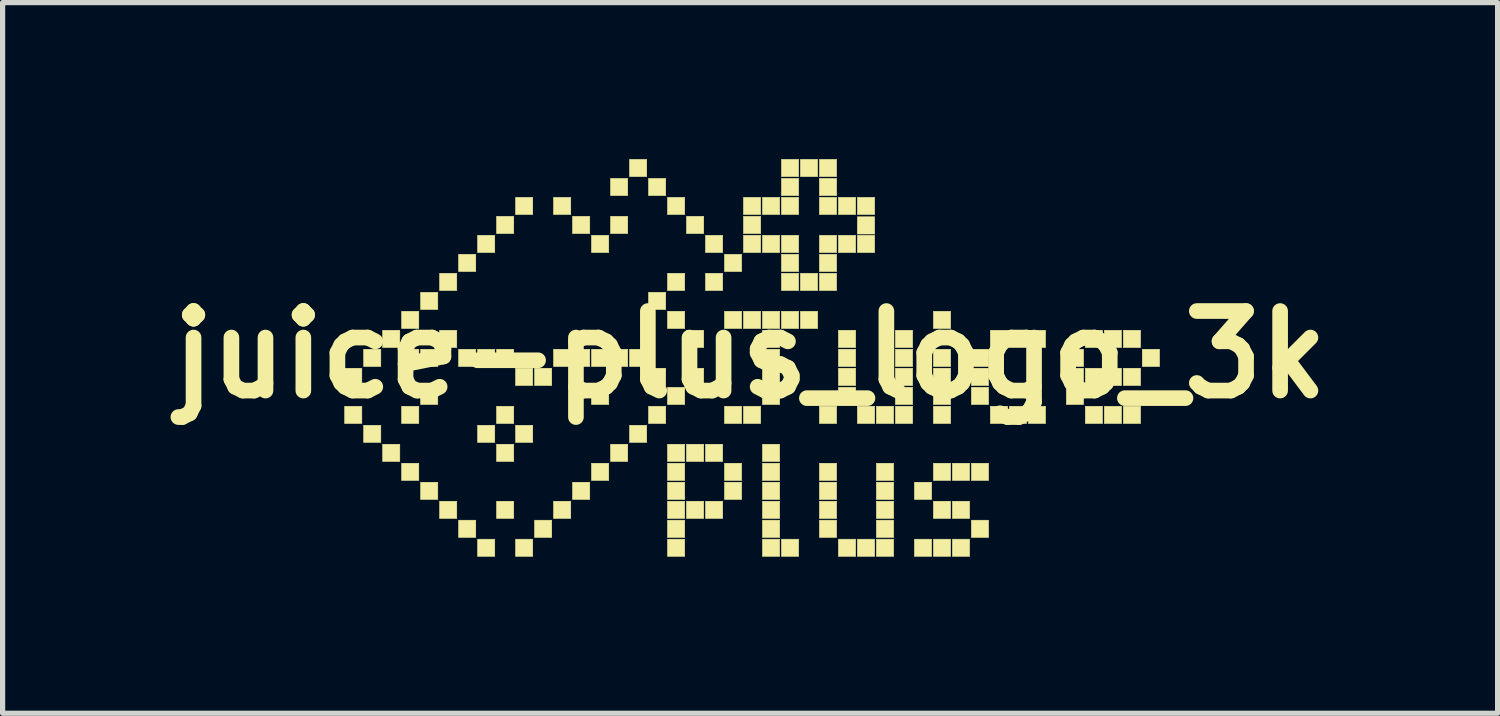
<source format=kicad_pcb>
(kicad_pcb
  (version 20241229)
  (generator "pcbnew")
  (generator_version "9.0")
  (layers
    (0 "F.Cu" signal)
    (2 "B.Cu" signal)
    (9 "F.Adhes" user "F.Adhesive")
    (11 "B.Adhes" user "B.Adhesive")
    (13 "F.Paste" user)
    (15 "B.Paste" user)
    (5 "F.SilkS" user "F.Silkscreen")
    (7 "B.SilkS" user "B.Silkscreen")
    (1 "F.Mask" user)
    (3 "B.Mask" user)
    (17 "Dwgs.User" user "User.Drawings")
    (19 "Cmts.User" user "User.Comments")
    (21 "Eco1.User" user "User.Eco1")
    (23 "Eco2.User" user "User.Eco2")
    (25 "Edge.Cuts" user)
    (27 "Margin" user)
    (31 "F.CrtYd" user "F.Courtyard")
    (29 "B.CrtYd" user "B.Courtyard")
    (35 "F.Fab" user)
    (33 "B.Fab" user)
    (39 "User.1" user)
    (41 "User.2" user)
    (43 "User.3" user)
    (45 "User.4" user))
  (footprint "juice-plus_logo_3k"
    (layer "F.Cu")
    (at 11.328 3.747)
    (property "Reference" "juice-plus_logo_3k" (at 0 0 0) (layer "F.SilkS") (effects (font (size 1.524 1.524) (thickness 0.3))))
    (attr through_hole)
    (fp_poly (pts (xy -7.442 0.593) (xy -7.772 0.593) (xy -7.772 0.262) (xy -7.442 0.262) (xy -7.442 0.593)) (stroke (width 0.01) (type solid)) (fill yes) (layer "F.SilkS"))
    (fp_poly (pts (xy -7.442 1.321) (xy -7.772 1.321) (xy -7.772 0.991) (xy -7.442 0.991) (xy -7.442 1.321)) (stroke (width 0.01) (type solid)) (fill yes) (layer "F.SilkS"))
    (fp_poly (pts (xy -7.078 0.229) (xy -7.408 0.229) (xy -7.408 -0.102) (xy -7.078 -0.102) (xy -7.078 0.229)) (stroke (width 0.01) (type solid)) (fill yes) (layer "F.SilkS"))
    (fp_poly (pts (xy -7.078 1.685) (xy -7.408 1.685) (xy -7.408 1.355) (xy -7.078 1.355) (xy -7.078 1.685)) (stroke (width 0.01) (type solid)) (fill yes) (layer "F.SilkS"))
    (fp_poly (pts (xy -6.714 -0.135) (xy -7.044 -0.135) (xy -7.044 -0.466) (xy -6.714 -0.466) (xy -6.714 -0.135)) (stroke (width 0.01) (type solid)) (fill yes) (layer "F.SilkS"))
    (fp_poly (pts (xy -6.714 2.049) (xy -7.044 2.049) (xy -7.044 1.719) (xy -6.714 1.719) (xy -6.714 2.049)) (stroke (width 0.01) (type solid)) (fill yes) (layer "F.SilkS"))
    (fp_poly (pts (xy -6.35 -0.5) (xy -6.68 -0.5) (xy -6.68 -0.83) (xy -6.35 -0.83) (xy -6.35 -0.5)) (stroke (width 0.01) (type solid)) (fill yes) (layer "F.SilkS"))
    (fp_poly (pts (xy -6.35 0.229) (xy -6.68 0.229) (xy -6.68 -0.102) (xy -6.35 -0.102) (xy -6.35 0.229)) (stroke (width 0.01) (type solid)) (fill yes) (layer "F.SilkS"))
    (fp_poly (pts (xy -6.35 1.321) (xy -6.68 1.321) (xy -6.68 0.991) (xy -6.35 0.991) (xy -6.35 1.321)) (stroke (width 0.01) (type solid)) (fill yes) (layer "F.SilkS"))
    (fp_poly (pts (xy -6.35 2.413) (xy -6.68 2.413) (xy -6.68 2.083) (xy -6.35 2.083) (xy -6.35 2.413)) (stroke (width 0.01) (type solid)) (fill yes) (layer "F.SilkS"))
    (fp_poly (pts (xy -5.986 -0.864) (xy -6.316 -0.864) (xy -6.316 -1.194) (xy -5.986 -1.194) (xy -5.986 -0.864)) (stroke (width 0.01) (type solid)) (fill yes) (layer "F.SilkS"))
    (fp_poly (pts (xy -5.986 0.229) (xy -6.316 0.229) (xy -6.316 -0.102) (xy -5.986 -0.102) (xy -5.986 0.229)) (stroke (width 0.01) (type solid)) (fill yes) (layer "F.SilkS"))
    (fp_poly (pts (xy -5.986 0.957) (xy -6.316 0.957) (xy -6.316 0.627) (xy -5.986 0.627) (xy -5.986 0.957)) (stroke (width 0.01) (type solid)) (fill yes) (layer "F.SilkS"))
    (fp_poly (pts (xy -5.986 2.777) (xy -6.316 2.777) (xy -6.316 2.447) (xy -5.986 2.447) (xy -5.986 2.777)) (stroke (width 0.01) (type solid)) (fill yes) (layer "F.SilkS"))
    (fp_poly (pts (xy -5.622 -1.228) (xy -5.952 -1.228) (xy -5.952 -1.558) (xy -5.622 -1.558) (xy -5.622 -1.228)) (stroke (width 0.01) (type solid)) (fill yes) (layer "F.SilkS"))
    (fp_poly (pts (xy -5.622 -0.135) (xy -5.952 -0.135) (xy -5.952 -0.466) (xy -5.622 -0.466) (xy -5.622 -0.135)) (stroke (width 0.01) (type solid)) (fill yes) (layer "F.SilkS"))
    (fp_poly (pts (xy -5.622 3.141) (xy -5.952 3.141) (xy -5.952 2.811) (xy -5.622 2.811) (xy -5.622 3.141)) (stroke (width 0.01) (type solid)) (fill yes) (layer "F.SilkS"))
    (fp_poly (pts (xy -5.258 -1.592) (xy -5.588 -1.592) (xy -5.588 -1.922) (xy -5.258 -1.922) (xy -5.258 -1.592)) (stroke (width 0.01) (type solid)) (fill yes) (layer "F.SilkS"))
    (fp_poly (pts (xy -5.258 0.229) (xy -5.588 0.229) (xy -5.588 -0.102) (xy -5.258 -0.102) (xy -5.258 0.229)) (stroke (width 0.01) (type solid)) (fill yes) (layer "F.SilkS"))
    (fp_poly (pts (xy -5.258 3.505) (xy -5.588 3.505) (xy -5.588 3.175) (xy -5.258 3.175) (xy -5.258 3.505)) (stroke (width 0.01) (type solid)) (fill yes) (layer "F.SilkS"))
    (fp_poly (pts (xy -4.894 -1.956) (xy -5.224 -1.956) (xy -5.224 -2.286) (xy -4.894 -2.286) (xy -4.894 -1.956)) (stroke (width 0.01) (type solid)) (fill yes) (layer "F.SilkS"))
    (fp_poly (pts (xy -4.894 0.229) (xy -5.224 0.229) (xy -5.224 -0.102) (xy -4.894 -0.102) (xy -4.894 0.229)) (stroke (width 0.01) (type solid)) (fill yes) (layer "F.SilkS"))
    (fp_poly (pts (xy -4.894 1.685) (xy -5.224 1.685) (xy -5.224 1.355) (xy -4.894 1.355) (xy -4.894 1.685)) (stroke (width 0.01) (type solid)) (fill yes) (layer "F.SilkS"))
    (fp_poly (pts (xy -4.894 3.869) (xy -5.224 3.869) (xy -5.224 3.539) (xy -4.894 3.539) (xy -4.894 3.869)) (stroke (width 0.01) (type solid)) (fill yes) (layer "F.SilkS"))
    (fp_poly (pts (xy -4.53 -2.32) (xy -4.86 -2.32) (xy -4.86 -2.65) (xy -4.53 -2.65) (xy -4.53 -2.32)) (stroke (width 0.01) (type solid)) (fill yes) (layer "F.SilkS"))
    (fp_poly (pts (xy -4.53 0.229) (xy -4.86 0.229) (xy -4.86 -0.102) (xy -4.53 -0.102) (xy -4.53 0.229)) (stroke (width 0.01) (type solid)) (fill yes) (layer "F.SilkS"))
    (fp_poly (pts (xy -4.53 1.321) (xy -4.86 1.321) (xy -4.86 0.991) (xy -4.53 0.991) (xy -4.53 1.321)) (stroke (width 0.01) (type solid)) (fill yes) (layer "F.SilkS"))
    (fp_poly (pts (xy -4.53 2.049) (xy -4.86 2.049) (xy -4.86 1.719) (xy -4.53 1.719) (xy -4.53 2.049)) (stroke (width 0.01) (type solid)) (fill yes) (layer "F.SilkS"))
    (fp_poly (pts (xy -4.53 3.141) (xy -4.86 3.141) (xy -4.86 2.811) (xy -4.53 2.811) (xy -4.53 3.141)) (stroke (width 0.01) (type solid)) (fill yes) (layer "F.SilkS"))
    (fp_poly (pts (xy -4.166 -2.684) (xy -4.496 -2.684) (xy -4.496 -3.014) (xy -4.166 -3.014) (xy -4.166 -2.684)) (stroke (width 0.01) (type solid)) (fill yes) (layer "F.SilkS"))
    (fp_poly (pts (xy -4.166 0.593) (xy -4.496 0.593) (xy -4.496 0.262) (xy -4.166 0.262) (xy -4.166 0.593)) (stroke (width 0.01) (type solid)) (fill yes) (layer "F.SilkS"))
    (fp_poly (pts (xy -4.166 1.685) (xy -4.496 1.685) (xy -4.496 1.355) (xy -4.166 1.355) (xy -4.166 1.685)) (stroke (width 0.01) (type solid)) (fill yes) (layer "F.SilkS"))
    (fp_poly (pts (xy -4.166 3.869) (xy -4.496 3.869) (xy -4.496 3.539) (xy -4.166 3.539) (xy -4.166 3.869)) (stroke (width 0.01) (type solid)) (fill yes) (layer "F.SilkS"))
    (fp_poly (pts (xy -3.802 0.593) (xy -4.132 0.593) (xy -4.132 0.262) (xy -3.802 0.262) (xy -3.802 0.593)) (stroke (width 0.01) (type solid)) (fill yes) (layer "F.SilkS"))
    (fp_poly (pts (xy -3.802 3.505) (xy -4.132 3.505) (xy -4.132 3.175) (xy -3.802 3.175) (xy -3.802 3.505)) (stroke (width 0.01) (type solid)) (fill yes) (layer "F.SilkS"))
    (fp_poly (pts (xy -3.437 -2.684) (xy -3.768 -2.684) (xy -3.768 -3.014) (xy -3.437 -3.014) (xy -3.437 -2.684)) (stroke (width 0.01) (type solid)) (fill yes) (layer "F.SilkS"))
    (fp_poly (pts (xy -3.437 0.229) (xy -3.768 0.229) (xy -3.768 -0.102) (xy -3.437 -0.102) (xy -3.437 0.229)) (stroke (width 0.01) (type solid)) (fill yes) (layer "F.SilkS"))
    (fp_poly (pts (xy -3.437 3.141) (xy -3.768 3.141) (xy -3.768 2.811) (xy -3.437 2.811) (xy -3.437 3.141)) (stroke (width 0.01) (type solid)) (fill yes) (layer "F.SilkS"))
    (fp_poly (pts (xy -3.073 -2.32) (xy -3.404 -2.32) (xy -3.404 -2.65) (xy -3.073 -2.65) (xy -3.073 -2.32)) (stroke (width 0.01) (type solid)) (fill yes) (layer "F.SilkS"))
    (fp_poly (pts (xy -3.073 0.229) (xy -3.404 0.229) (xy -3.404 -0.102) (xy -3.073 -0.102) (xy -3.073 0.229)) (stroke (width 0.01) (type solid)) (fill yes) (layer "F.SilkS"))
    (fp_poly (pts (xy -3.073 2.777) (xy -3.404 2.777) (xy -3.404 2.447) (xy -3.073 2.447) (xy -3.073 2.777)) (stroke (width 0.01) (type solid)) (fill yes) (layer "F.SilkS"))
    (fp_poly (pts (xy -2.709 -1.956) (xy -3.04 -1.956) (xy -3.04 -2.286) (xy -2.709 -2.286) (xy -2.709 -1.956)) (stroke (width 0.01) (type solid)) (fill yes) (layer "F.SilkS"))
    (fp_poly (pts (xy -2.709 0.229) (xy -3.04 0.229) (xy -3.04 -0.102) (xy -2.709 -0.102) (xy -2.709 0.229)) (stroke (width 0.01) (type solid)) (fill yes) (layer "F.SilkS"))
    (fp_poly (pts (xy -2.709 0.957) (xy -3.04 0.957) (xy -3.04 0.627) (xy -2.709 0.627) (xy -2.709 0.957)) (stroke (width 0.01) (type solid)) (fill yes) (layer "F.SilkS"))
    (fp_poly (pts (xy -2.709 2.413) (xy -3.04 2.413) (xy -3.04 2.083) (xy -2.709 2.083) (xy -2.709 2.413)) (stroke (width 0.01) (type solid)) (fill yes) (layer "F.SilkS"))
    (fp_poly (pts (xy -2.345 -3.048) (xy -2.675 -3.048) (xy -2.675 -3.378) (xy -2.345 -3.378) (xy -2.345 -3.048)) (stroke (width 0.01) (type solid)) (fill yes) (layer "F.SilkS"))
    (fp_poly (pts (xy -2.345 -2.32) (xy -2.675 -2.32) (xy -2.675 -2.65) (xy -2.345 -2.65) (xy -2.345 -2.32)) (stroke (width 0.01) (type solid)) (fill yes) (layer "F.SilkS"))
    (fp_poly (pts (xy -2.345 0.229) (xy -2.675 0.229) (xy -2.675 -0.102) (xy -2.345 -0.102) (xy -2.345 0.229)) (stroke (width 0.01) (type solid)) (fill yes) (layer "F.SilkS"))
    (fp_poly (pts (xy -2.345 2.049) (xy -2.675 2.049) (xy -2.675 1.719) (xy -2.345 1.719) (xy -2.345 2.049)) (stroke (width 0.01) (type solid)) (fill yes) (layer "F.SilkS"))
    (fp_poly (pts (xy -1.981 -3.412) (xy -2.311 -3.412) (xy -2.311 -3.742) (xy -1.981 -3.742) (xy -1.981 -3.412)) (stroke (width 0.01) (type solid)) (fill yes) (layer "F.SilkS"))
    (fp_poly (pts (xy -1.981 0.229) (xy -2.311 0.229) (xy -2.311 -0.102) (xy -1.981 -0.102) (xy -1.981 0.229)) (stroke (width 0.01) (type solid)) (fill yes) (layer "F.SilkS"))
    (fp_poly (pts (xy -1.981 1.685) (xy -2.311 1.685) (xy -2.311 1.355) (xy -1.981 1.355) (xy -1.981 1.685)) (stroke (width 0.01) (type solid)) (fill yes) (layer "F.SilkS"))
    (fp_poly (pts (xy -1.617 -3.048) (xy -1.947 -3.048) (xy -1.947 -3.378) (xy -1.617 -3.378) (xy -1.617 -3.048)) (stroke (width 0.01) (type solid)) (fill yes) (layer "F.SilkS"))
    (fp_poly (pts (xy -1.617 -0.864) (xy -1.947 -0.864) (xy -1.947 -1.194) (xy -1.617 -1.194) (xy -1.617 -0.864)) (stroke (width 0.01) (type solid)) (fill yes) (layer "F.SilkS"))
    (fp_poly (pts (xy -1.617 0.593) (xy -1.947 0.593) (xy -1.947 0.262) (xy -1.617 0.262) (xy -1.617 0.593)) (stroke (width 0.01) (type solid)) (fill yes) (layer "F.SilkS"))
    (fp_poly (pts (xy -1.617 1.321) (xy -1.947 1.321) (xy -1.947 0.991) (xy -1.617 0.991) (xy -1.617 1.321)) (stroke (width 0.01) (type solid)) (fill yes) (layer "F.SilkS"))
    (fp_poly (pts (xy -1.253 -2.684) (xy -1.583 -2.684) (xy -1.583 -3.014) (xy -1.253 -3.014) (xy -1.253 -2.684)) (stroke (width 0.01) (type solid)) (fill yes) (layer "F.SilkS"))
    (fp_poly (pts (xy -1.253 -1.228) (xy -1.583 -1.228) (xy -1.583 -1.558) (xy -1.253 -1.558) (xy -1.253 -1.228)) (stroke (width 0.01) (type solid)) (fill yes) (layer "F.SilkS"))
    (fp_poly (pts (xy -1.253 -0.5) (xy -1.583 -0.5) (xy -1.583 -0.83) (xy -1.253 -0.83) (xy -1.253 -0.5)) (stroke (width 0.01) (type solid)) (fill yes) (layer "F.SilkS"))
    (fp_poly (pts (xy -1.253 0.957) (xy -1.583 0.957) (xy -1.583 0.627) (xy -1.253 0.627) (xy -1.253 0.957)) (stroke (width 0.01) (type solid)) (fill yes) (layer "F.SilkS"))
    (fp_poly (pts (xy -1.253 2.049) (xy -1.583 2.049) (xy -1.583 1.719) (xy -1.253 1.719) (xy -1.253 2.049)) (stroke (width 0.01) (type solid)) (fill yes) (layer "F.SilkS"))
    (fp_poly (pts (xy -1.253 2.413) (xy -1.583 2.413) (xy -1.583 2.083) (xy -1.253 2.083) (xy -1.253 2.413)) (stroke (width 0.01) (type solid)) (fill yes) (layer "F.SilkS"))
    (fp_poly (pts (xy -1.253 2.777) (xy -1.583 2.777) (xy -1.583 2.447) (xy -1.253 2.447) (xy -1.253 2.777)) (stroke (width 0.01) (type solid)) (fill yes) (layer "F.SilkS"))
    (fp_poly (pts (xy -1.253 3.141) (xy -1.583 3.141) (xy -1.583 2.811) (xy -1.253 2.811) (xy -1.253 3.141)) (stroke (width 0.01) (type solid)) (fill yes) (layer "F.SilkS"))
    (fp_poly (pts (xy -1.253 3.505) (xy -1.583 3.505) (xy -1.583 3.175) (xy -1.253 3.175) (xy -1.253 3.505)) (stroke (width 0.01) (type solid)) (fill yes) (layer "F.SilkS"))
    (fp_poly (pts (xy -1.253 3.869) (xy -1.583 3.869) (xy -1.583 3.539) (xy -1.253 3.539) (xy -1.253 3.869)) (stroke (width 0.01) (type solid)) (fill yes) (layer "F.SilkS"))
    (fp_poly (pts (xy -0.889 -2.32) (xy -1.219 -2.32) (xy -1.219 -2.65) (xy -0.889 -2.65) (xy -0.889 -2.32)) (stroke (width 0.01) (type solid)) (fill yes) (layer "F.SilkS"))
    (fp_poly (pts (xy -0.889 -0.135) (xy -1.219 -0.135) (xy -1.219 -0.466) (xy -0.889 -0.466) (xy -0.889 -0.135)) (stroke (width 0.01) (type solid)) (fill yes) (layer "F.SilkS"))
    (fp_poly (pts (xy -0.889 0.593) (xy -1.219 0.593) (xy -1.219 0.262) (xy -0.889 0.262) (xy -0.889 0.593)) (stroke (width 0.01) (type solid)) (fill yes) (layer "F.SilkS"))
    (fp_poly (pts (xy -0.889 2.049) (xy -1.219 2.049) (xy -1.219 1.719) (xy -0.889 1.719) (xy -0.889 2.049)) (stroke (width 0.01) (type solid)) (fill yes) (layer "F.SilkS"))
    (fp_poly (pts (xy -0.889 3.141) (xy -1.219 3.141) (xy -1.219 2.811) (xy -0.889 2.811) (xy -0.889 3.141)) (stroke (width 0.01) (type solid)) (fill yes) (layer "F.SilkS"))
    (fp_poly (pts (xy -0.525 -1.956) (xy -0.855 -1.956) (xy -0.855 -2.286) (xy -0.525 -2.286) (xy -0.525 -1.956)) (stroke (width 0.01) (type solid)) (fill yes) (layer "F.SilkS"))
    (fp_poly (pts (xy -0.525 -1.228) (xy -0.855 -1.228) (xy -0.855 -1.558) (xy -0.525 -1.558) (xy -0.525 -1.228)) (stroke (width 0.01) (type solid)) (fill yes) (layer "F.SilkS"))
    (fp_poly (pts (xy -0.525 2.049) (xy -0.855 2.049) (xy -0.855 1.719) (xy -0.525 1.719) (xy -0.525 2.049)) (stroke (width 0.01) (type solid)) (fill yes) (layer "F.SilkS"))
    (fp_poly (pts (xy -0.525 3.141) (xy -0.855 3.141) (xy -0.855 2.811) (xy -0.525 2.811) (xy -0.525 3.141)) (stroke (width 0.01) (type solid)) (fill yes) (layer "F.SilkS"))
    (fp_poly (pts (xy -0.161 -1.592) (xy -0.491 -1.592) (xy -0.491 -1.922) (xy -0.161 -1.922) (xy -0.161 -1.592)) (stroke (width 0.01) (type solid)) (fill yes) (layer "F.SilkS"))
    (fp_poly (pts (xy -0.161 -0.5) (xy -0.491 -0.5) (xy -0.491 -0.83) (xy -0.161 -0.83) (xy -0.161 -0.5)) (stroke (width 0.01) (type solid)) (fill yes) (layer "F.SilkS"))
    (fp_poly (pts (xy -0.161 1.321) (xy -0.491 1.321) (xy -0.491 0.991) (xy -0.161 0.991) (xy -0.161 1.321)) (stroke (width 0.01) (type solid)) (fill yes) (layer "F.SilkS"))
    (fp_poly (pts (xy -0.161 2.413) (xy -0.491 2.413) (xy -0.491 2.083) (xy -0.161 2.083) (xy -0.161 2.413)) (stroke (width 0.01) (type solid)) (fill yes) (layer "F.SilkS"))
    (fp_poly (pts (xy -0.161 2.777) (xy -0.491 2.777) (xy -0.491 2.447) (xy -0.161 2.447) (xy -0.161 2.777)) (stroke (width 0.01) (type solid)) (fill yes) (layer "F.SilkS"))
    (fp_poly (pts (xy 0.203 -2.684) (xy -0.127 -2.684) (xy -0.127 -3.014) (xy 0.203 -3.014) (xy 0.203 -2.684)) (stroke (width 0.01) (type solid)) (fill yes) (layer "F.SilkS"))
    (fp_poly (pts (xy 0.203 -2.32) (xy -0.127 -2.32) (xy -0.127 -2.65) (xy 0.203 -2.65) (xy 0.203 -2.32)) (stroke (width 0.01) (type solid)) (fill yes) (layer "F.SilkS"))
    (fp_poly (pts (xy 0.203 -1.956) (xy -0.127 -1.956) (xy -0.127 -2.286) (xy 0.203 -2.286) (xy 0.203 -1.956)) (stroke (width 0.01) (type solid)) (fill yes) (layer "F.SilkS"))
    (fp_poly (pts (xy 0.203 -0.5) (xy -0.127 -0.5) (xy -0.127 -0.83) (xy 0.203 -0.83) (xy 0.203 -0.5)) (stroke (width 0.01) (type solid)) (fill yes) (layer "F.SilkS"))
    (fp_poly (pts (xy 0.203 1.321) (xy -0.127 1.321) (xy -0.127 0.991) (xy 0.203 0.991) (xy 0.203 1.321)) (stroke (width 0.01) (type solid)) (fill yes) (layer "F.SilkS"))
    (fp_poly (pts (xy 0.567 -2.684) (xy 0.237 -2.684) (xy 0.237 -3.014) (xy 0.567 -3.014) (xy 0.567 -2.684)) (stroke (width 0.01) (type solid)) (fill yes) (layer "F.SilkS"))
    (fp_poly (pts (xy 0.567 -1.956) (xy 0.237 -1.956) (xy 0.237 -2.286) (xy 0.567 -2.286) (xy 0.567 -1.956)) (stroke (width 0.01) (type solid)) (fill yes) (layer "F.SilkS"))
    (fp_poly (pts (xy 0.567 -0.5) (xy 0.237 -0.5) (xy 0.237 -0.83) (xy 0.567 -0.83) (xy 0.567 -0.5)) (stroke (width 0.01) (type solid)) (fill yes) (layer "F.SilkS"))
    (fp_poly (pts (xy 0.567 -0.135) (xy 0.237 -0.135) (xy 0.237 -0.466) (xy 0.567 -0.466) (xy 0.567 -0.135)) (stroke (width 0.01) (type solid)) (fill yes) (layer "F.SilkS"))
    (fp_poly (pts (xy 0.567 0.229) (xy 0.237 0.229) (xy 0.237 -0.102) (xy 0.567 -0.102) (xy 0.567 0.229)) (stroke (width 0.01) (type solid)) (fill yes) (layer "F.SilkS"))
    (fp_poly (pts (xy 0.567 0.593) (xy 0.237 0.593) (xy 0.237 0.262) (xy 0.567 0.262) (xy 0.567 0.593)) (stroke (width 0.01) (type solid)) (fill yes) (layer "F.SilkS"))
    (fp_poly (pts (xy 0.567 0.957) (xy 0.237 0.957) (xy 0.237 0.627) (xy 0.567 0.627) (xy 0.567 0.957)) (stroke (width 0.01) (type solid)) (fill yes) (layer "F.SilkS"))
    (fp_poly (pts (xy 0.567 2.049) (xy 0.237 2.049) (xy 0.237 1.719) (xy 0.567 1.719) (xy 0.567 2.049)) (stroke (width 0.01) (type solid)) (fill yes) (layer "F.SilkS"))
    (fp_poly (pts (xy 0.567 2.413) (xy 0.237 2.413) (xy 0.237 2.083) (xy 0.567 2.083) (xy 0.567 2.413)) (stroke (width 0.01) (type solid)) (fill yes) (layer "F.SilkS"))
    (fp_poly (pts (xy 0.567 2.777) (xy 0.237 2.777) (xy 0.237 2.447) (xy 0.567 2.447) (xy 0.567 2.777)) (stroke (width 0.01) (type solid)) (fill yes) (layer "F.SilkS"))
    (fp_poly (pts (xy 0.567 3.141) (xy 0.237 3.141) (xy 0.237 2.811) (xy 0.567 2.811) (xy 0.567 3.141)) (stroke (width 0.01) (type solid)) (fill yes) (layer "F.SilkS"))
    (fp_poly (pts (xy 0.567 3.505) (xy 0.237 3.505) (xy 0.237 3.175) (xy 0.567 3.175) (xy 0.567 3.505)) (stroke (width 0.01) (type solid)) (fill yes) (layer "F.SilkS"))
    (fp_poly (pts (xy 0.567 3.869) (xy 0.237 3.869) (xy 0.237 3.539) (xy 0.567 3.539) (xy 0.567 3.869)) (stroke (width 0.01) (type solid)) (fill yes) (layer "F.SilkS"))
    (fp_poly (pts (xy 0.931 -3.412) (xy 0.601 -3.412) (xy 0.601 -3.742) (xy 0.931 -3.742) (xy 0.931 -3.412)) (stroke (width 0.01) (type solid)) (fill yes) (layer "F.SilkS"))
    (fp_poly (pts (xy 0.931 -3.048) (xy 0.601 -3.048) (xy 0.601 -3.378) (xy 0.931 -3.378) (xy 0.931 -3.048)) (stroke (width 0.01) (type solid)) (fill yes) (layer "F.SilkS"))
    (fp_poly (pts (xy 0.931 -2.684) (xy 0.601 -2.684) (xy 0.601 -3.014) (xy 0.931 -3.014) (xy 0.931 -2.684)) (stroke (width 0.01) (type solid)) (fill yes) (layer "F.SilkS"))
    (fp_poly (pts (xy 0.931 -1.956) (xy 0.601 -1.956) (xy 0.601 -2.286) (xy 0.931 -2.286) (xy 0.931 -1.956)) (stroke (width 0.01) (type solid)) (fill yes) (layer "F.SilkS"))
    (fp_poly (pts (xy 0.931 -1.592) (xy 0.601 -1.592) (xy 0.601 -1.922) (xy 0.931 -1.922) (xy 0.931 -1.592)) (stroke (width 0.01) (type solid)) (fill yes) (layer "F.SilkS"))
    (fp_poly (pts (xy 0.931 -1.228) (xy 0.601 -1.228) (xy 0.601 -1.558) (xy 0.931 -1.558) (xy 0.931 -1.228)) (stroke (width 0.01) (type solid)) (fill yes) (layer "F.SilkS"))
    (fp_poly (pts (xy 0.931 -0.5) (xy 0.601 -0.5) (xy 0.601 -0.83) (xy 0.931 -0.83) (xy 0.931 -0.5)) (stroke (width 0.01) (type solid)) (fill yes) (layer "F.SilkS"))
    (fp_poly (pts (xy 0.931 3.869) (xy 0.601 3.869) (xy 0.601 3.539) (xy 0.931 3.539) (xy 0.931 3.869)) (stroke (width 0.01) (type solid)) (fill yes) (layer "F.SilkS"))
    (fp_poly (pts (xy 1.295 -3.412) (xy 0.965 -3.412) (xy 0.965 -3.742) (xy 1.295 -3.742) (xy 1.295 -3.412)) (stroke (width 0.01) (type solid)) (fill yes) (layer "F.SilkS"))
    (fp_poly (pts (xy 1.295 -1.228) (xy 0.965 -1.228) (xy 0.965 -1.558) (xy 1.295 -1.558) (xy 1.295 -1.228)) (stroke (width 0.01) (type solid)) (fill yes) (layer "F.SilkS"))
    (fp_poly (pts (xy 1.295 -0.5) (xy 0.965 -0.5) (xy 0.965 -0.83) (xy 1.295 -0.83) (xy 1.295 -0.5)) (stroke (width 0.01) (type solid)) (fill yes) (layer "F.SilkS"))
    (fp_poly (pts (xy 1.659 -3.412) (xy 1.329 -3.412) (xy 1.329 -3.742) (xy 1.659 -3.742) (xy 1.659 -3.412)) (stroke (width 0.01) (type solid)) (fill yes) (layer "F.SilkS"))
    (fp_poly (pts (xy 1.659 -3.048) (xy 1.329 -3.048) (xy 1.329 -3.378) (xy 1.659 -3.378) (xy 1.659 -3.048)) (stroke (width 0.01) (type solid)) (fill yes) (layer "F.SilkS"))
    (fp_poly (pts (xy 1.659 -2.684) (xy 1.329 -2.684) (xy 1.329 -3.014) (xy 1.659 -3.014) (xy 1.659 -2.684)) (stroke (width 0.01) (type solid)) (fill yes) (layer "F.SilkS"))
    (fp_poly (pts (xy 1.659 -1.956) (xy 1.329 -1.956) (xy 1.329 -2.286) (xy 1.659 -2.286) (xy 1.659 -1.956)) (stroke (width 0.01) (type solid)) (fill yes) (layer "F.SilkS"))
    (fp_poly (pts (xy 1.659 -1.592) (xy 1.329 -1.592) (xy 1.329 -1.922) (xy 1.659 -1.922) (xy 1.659 -1.592)) (stroke (width 0.01) (type solid)) (fill yes) (layer "F.SilkS"))
    (fp_poly (pts (xy 1.659 -1.228) (xy 1.329 -1.228) (xy 1.329 -1.558) (xy 1.659 -1.558) (xy 1.659 -1.228)) (stroke (width 0.01) (type solid)) (fill yes) (layer "F.SilkS"))
    (fp_poly (pts (xy 1.659 1.321) (xy 1.329 1.321) (xy 1.329 0.991) (xy 1.659 0.991) (xy 1.659 1.321)) (stroke (width 0.01) (type solid)) (fill yes) (layer "F.SilkS"))
    (fp_poly (pts (xy 1.659 2.413) (xy 1.329 2.413) (xy 1.329 2.083) (xy 1.659 2.083) (xy 1.659 2.413)) (stroke (width 0.01) (type solid)) (fill yes) (layer "F.SilkS"))
    (fp_poly (pts (xy 1.659 2.777) (xy 1.329 2.777) (xy 1.329 2.447) (xy 1.659 2.447) (xy 1.659 2.777)) (stroke (width 0.01) (type solid)) (fill yes) (layer "F.SilkS"))
    (fp_poly (pts (xy 1.659 3.141) (xy 1.329 3.141) (xy 1.329 2.811) (xy 1.659 2.811) (xy 1.659 3.141)) (stroke (width 0.01) (type solid)) (fill yes) (layer "F.SilkS"))
    (fp_poly (pts (xy 1.659 3.505) (xy 1.329 3.505) (xy 1.329 3.175) (xy 1.659 3.175) (xy 1.659 3.505)) (stroke (width 0.01) (type solid)) (fill yes) (layer "F.SilkS"))
    (fp_poly (pts (xy 2.024 -2.684) (xy 1.693 -2.684) (xy 1.693 -3.014) (xy 2.024 -3.014) (xy 2.024 -2.684)) (stroke (width 0.01) (type solid)) (fill yes) (layer "F.SilkS"))
    (fp_poly (pts (xy 2.024 -1.956) (xy 1.693 -1.956) (xy 1.693 -2.286) (xy 2.024 -2.286) (xy 2.024 -1.956)) (stroke (width 0.01) (type solid)) (fill yes) (layer "F.SilkS"))
    (fp_poly (pts (xy 2.024 -0.135) (xy 1.693 -0.135) (xy 1.693 -0.466) (xy 2.024 -0.466) (xy 2.024 -0.135)) (stroke (width 0.01) (type solid)) (fill yes) (layer "F.SilkS"))
    (fp_poly (pts (xy 2.024 0.229) (xy 1.693 0.229) (xy 1.693 -0.102) (xy 2.024 -0.102) (xy 2.024 0.229)) (stroke (width 0.01) (type solid)) (fill yes) (layer "F.SilkS"))
    (fp_poly (pts (xy 2.024 0.593) (xy 1.693 0.593) (xy 1.693 0.262) (xy 2.024 0.262) (xy 2.024 0.593)) (stroke (width 0.01) (type solid)) (fill yes) (layer "F.SilkS"))
    (fp_poly (pts (xy 2.024 0.957) (xy 1.693 0.957) (xy 1.693 0.627) (xy 2.024 0.627) (xy 2.024 0.957)) (stroke (width 0.01) (type solid)) (fill yes) (layer "F.SilkS"))
    (fp_poly (pts (xy 2.024 3.869) (xy 1.693 3.869) (xy 1.693 3.539) (xy 2.024 3.539) (xy 2.024 3.869)) (stroke (width 0.01) (type solid)) (fill yes) (layer "F.SilkS"))
    (fp_poly (pts (xy 2.388 -2.684) (xy 2.057 -2.684) (xy 2.057 -3.014) (xy 2.388 -3.014) (xy 2.388 -2.684)) (stroke (width 0.01) (type solid)) (fill yes) (layer "F.SilkS"))
    (fp_poly (pts (xy 2.388 -2.311) (xy 2.057 -2.311) (xy 2.057 -2.642) (xy 2.388 -2.642) (xy 2.388 -2.311)) (stroke (width 0.01) (type solid)) (fill yes) (layer "F.SilkS"))
    (fp_poly (pts (xy 2.388 -1.956) (xy 2.057 -1.956) (xy 2.057 -2.286) (xy 2.388 -2.286) (xy 2.388 -1.956)) (stroke (width 0.01) (type solid)) (fill yes) (layer "F.SilkS"))
    (fp_poly (pts (xy 2.388 1.321) (xy 2.057 1.321) (xy 2.057 0.991) (xy 2.388 0.991) (xy 2.388 1.321)) (stroke (width 0.01) (type solid)) (fill yes) (layer "F.SilkS"))
    (fp_poly (pts (xy 2.388 3.869) (xy 2.057 3.869) (xy 2.057 3.539) (xy 2.388 3.539) (xy 2.388 3.869)) (stroke (width 0.01) (type solid)) (fill yes) (layer "F.SilkS"))
    (fp_poly (pts (xy 2.752 1.321) (xy 2.421 1.321) (xy 2.421 0.991) (xy 2.752 0.991) (xy 2.752 1.321)) (stroke (width 0.01) (type solid)) (fill yes) (layer "F.SilkS"))
    (fp_poly (pts (xy 2.752 2.413) (xy 2.421 2.413) (xy 2.421 2.083) (xy 2.752 2.083) (xy 2.752 2.413)) (stroke (width 0.01) (type solid)) (fill yes) (layer "F.SilkS"))
    (fp_poly (pts (xy 2.752 2.777) (xy 2.421 2.777) (xy 2.421 2.447) (xy 2.752 2.447) (xy 2.752 2.777)) (stroke (width 0.01) (type solid)) (fill yes) (layer "F.SilkS"))
    (fp_poly (pts (xy 2.752 3.141) (xy 2.421 3.141) (xy 2.421 2.811) (xy 2.752 2.811) (xy 2.752 3.141)) (stroke (width 0.01) (type solid)) (fill yes) (layer "F.SilkS"))
    (fp_poly (pts (xy 2.752 3.505) (xy 2.421 3.505) (xy 2.421 3.175) (xy 2.752 3.175) (xy 2.752 3.505)) (stroke (width 0.01) (type solid)) (fill yes) (layer "F.SilkS"))
    (fp_poly (pts (xy 2.752 3.869) (xy 2.421 3.869) (xy 2.421 3.539) (xy 2.752 3.539) (xy 2.752 3.869)) (stroke (width 0.01) (type solid)) (fill yes) (layer "F.SilkS"))
    (fp_poly (pts (xy 3.116 -0.135) (xy 2.786 -0.135) (xy 2.786 -0.466) (xy 3.116 -0.466) (xy 3.116 -0.135)) (stroke (width 0.01) (type solid)) (fill yes) (layer "F.SilkS"))
    (fp_poly (pts (xy 3.116 0.229) (xy 2.786 0.229) (xy 2.786 -0.102) (xy 3.116 -0.102) (xy 3.116 0.229)) (stroke (width 0.01) (type solid)) (fill yes) (layer "F.SilkS"))
    (fp_poly (pts (xy 3.116 0.593) (xy 2.786 0.593) (xy 2.786 0.262) (xy 3.116 0.262) (xy 3.116 0.593)) (stroke (width 0.01) (type solid)) (fill yes) (layer "F.SilkS"))
    (fp_poly (pts (xy 3.116 0.957) (xy 2.786 0.957) (xy 2.786 0.627) (xy 3.116 0.627) (xy 3.116 0.957)) (stroke (width 0.01) (type solid)) (fill yes) (layer "F.SilkS"))
    (fp_poly (pts (xy 3.116 1.321) (xy 2.786 1.321) (xy 2.786 0.991) (xy 3.116 0.991) (xy 3.116 1.321)) (stroke (width 0.01) (type solid)) (fill yes) (layer "F.SilkS"))
    (fp_poly (pts (xy 3.48 2.777) (xy 3.15 2.777) (xy 3.15 2.447) (xy 3.48 2.447) (xy 3.48 2.777)) (stroke (width 0.01) (type solid)) (fill yes) (layer "F.SilkS"))
    (fp_poly (pts (xy 3.48 3.869) (xy 3.15 3.869) (xy 3.15 3.539) (xy 3.48 3.539) (xy 3.48 3.869)) (stroke (width 0.01) (type solid)) (fill yes) (layer "F.SilkS"))
    (fp_poly (pts (xy 3.844 -0.5) (xy 3.514 -0.5) (xy 3.514 -0.83) (xy 3.844 -0.83) (xy 3.844 -0.5)) (stroke (width 0.01) (type solid)) (fill yes) (layer "F.SilkS"))
    (fp_poly (pts (xy 3.844 0.229) (xy 3.514 0.229) (xy 3.514 -0.102) (xy 3.844 -0.102) (xy 3.844 0.229)) (stroke (width 0.01) (type solid)) (fill yes) (layer "F.SilkS"))
    (fp_poly (pts (xy 3.844 0.593) (xy 3.514 0.593) (xy 3.514 0.262) (xy 3.844 0.262) (xy 3.844 0.593)) (stroke (width 0.01) (type solid)) (fill yes) (layer "F.SilkS"))
    (fp_poly (pts (xy 3.844 0.957) (xy 3.514 0.957) (xy 3.514 0.627) (xy 3.844 0.627) (xy 3.844 0.957)) (stroke (width 0.01) (type solid)) (fill yes) (layer "F.SilkS"))
    (fp_poly (pts (xy 3.844 1.321) (xy 3.514 1.321) (xy 3.514 0.991) (xy 3.844 0.991) (xy 3.844 1.321)) (stroke (width 0.01) (type solid)) (fill yes) (layer "F.SilkS"))
    (fp_poly (pts (xy 3.844 2.413) (xy 3.514 2.413) (xy 3.514 2.083) (xy 3.844 2.083) (xy 3.844 2.413)) (stroke (width 0.01) (type solid)) (fill yes) (layer "F.SilkS"))
    (fp_poly (pts (xy 3.844 3.141) (xy 3.514 3.141) (xy 3.514 2.811) (xy 3.844 2.811) (xy 3.844 3.141)) (stroke (width 0.01) (type solid)) (fill yes) (layer "F.SilkS"))
    (fp_poly (pts (xy 3.844 3.869) (xy 3.514 3.869) (xy 3.514 3.539) (xy 3.844 3.539) (xy 3.844 3.869)) (stroke (width 0.01) (type solid)) (fill yes) (layer "F.SilkS"))
    (fp_poly (pts (xy 4.208 2.413) (xy 3.878 2.413) (xy 3.878 2.083) (xy 4.208 2.083) (xy 4.208 2.413)) (stroke (width 0.01) (type solid)) (fill yes) (layer "F.SilkS"))
    (fp_poly (pts (xy 4.208 3.141) (xy 3.878 3.141) (xy 3.878 2.811) (xy 4.208 2.811) (xy 4.208 3.141)) (stroke (width 0.01) (type solid)) (fill yes) (layer "F.SilkS"))
    (fp_poly (pts (xy 4.208 3.869) (xy 3.878 3.869) (xy 3.878 3.539) (xy 4.208 3.539) (xy 4.208 3.869)) (stroke (width 0.01) (type solid)) (fill yes) (layer "F.SilkS"))
    (fp_poly (pts (xy 4.572 0.229) (xy 4.242 0.229) (xy 4.242 -0.102) (xy 4.572 -0.102) (xy 4.572 0.229)) (stroke (width 0.01) (type solid)) (fill yes) (layer "F.SilkS"))
    (fp_poly (pts (xy 4.572 0.593) (xy 4.242 0.593) (xy 4.242 0.262) (xy 4.572 0.262) (xy 4.572 0.593)) (stroke (width 0.01) (type solid)) (fill yes) (layer "F.SilkS"))
    (fp_poly (pts (xy 4.572 0.957) (xy 4.242 0.957) (xy 4.242 0.627) (xy 4.572 0.627) (xy 4.572 0.957)) (stroke (width 0.01) (type solid)) (fill yes) (layer "F.SilkS"))
    (fp_poly (pts (xy 4.572 2.413) (xy 4.242 2.413) (xy 4.242 2.083) (xy 4.572 2.083) (xy 4.572 2.413)) (stroke (width 0.01) (type solid)) (fill yes) (layer "F.SilkS"))
    (fp_poly (pts (xy 4.572 3.505) (xy 4.242 3.505) (xy 4.242 3.175) (xy 4.572 3.175) (xy 4.572 3.505)) (stroke (width 0.01) (type solid)) (fill yes) (layer "F.SilkS"))
    (fp_poly (pts (xy 4.936 -0.135) (xy 4.606 -0.135) (xy 4.606 -0.466) (xy 4.936 -0.466) (xy 4.936 -0.135)) (stroke (width 0.01) (type solid)) (fill yes) (layer "F.SilkS"))
    (fp_poly (pts (xy 4.936 1.321) (xy 4.606 1.321) (xy 4.606 0.991) (xy 4.936 0.991) (xy 4.936 1.321)) (stroke (width 0.01) (type solid)) (fill yes) (layer "F.SilkS"))
    (fp_poly (pts (xy 5.3 -0.135) (xy 4.97 -0.135) (xy 4.97 -0.466) (xy 5.3 -0.466) (xy 5.3 -0.135)) (stroke (width 0.01) (type solid)) (fill yes) (layer "F.SilkS"))
    (fp_poly (pts (xy 5.3 1.321) (xy 4.97 1.321) (xy 4.97 0.991) (xy 5.3 0.991) (xy 5.3 1.321)) (stroke (width 0.01) (type solid)) (fill yes) (layer "F.SilkS"))
    (fp_poly (pts (xy 5.664 -0.135) (xy 5.334 -0.135) (xy 5.334 -0.466) (xy 5.664 -0.466) (xy 5.664 -0.135)) (stroke (width 0.01) (type solid)) (fill yes) (layer "F.SilkS"))
    (fp_poly (pts (xy 5.664 1.321) (xy 5.334 1.321) (xy 5.334 0.991) (xy 5.664 0.991) (xy 5.664 1.321)) (stroke (width 0.01) (type solid)) (fill yes) (layer "F.SilkS"))
    (fp_poly (pts (xy 6.392 0.229) (xy 6.062 0.229) (xy 6.062 -0.102) (xy 6.392 -0.102) (xy 6.392 0.229)) (stroke (width 0.01) (type solid)) (fill yes) (layer "F.SilkS"))
    (fp_poly (pts (xy 6.392 0.593) (xy 6.062 0.593) (xy 6.062 0.262) (xy 6.392 0.262) (xy 6.392 0.593)) (stroke (width 0.01) (type solid)) (fill yes) (layer "F.SilkS"))
    (fp_poly (pts (xy 6.392 0.957) (xy 6.062 0.957) (xy 6.062 0.627) (xy 6.392 0.627) (xy 6.392 0.957)) (stroke (width 0.01) (type solid)) (fill yes) (layer "F.SilkS"))
    (fp_poly (pts (xy 6.756 -0.135) (xy 6.426 -0.135) (xy 6.426 -0.466) (xy 6.756 -0.466) (xy 6.756 -0.135)) (stroke (width 0.01) (type solid)) (fill yes) (layer "F.SilkS"))
    (fp_poly (pts (xy 6.756 0.593) (xy 6.426 0.593) (xy 6.426 0.262) (xy 6.756 0.262) (xy 6.756 0.593)) (stroke (width 0.01) (type solid)) (fill yes) (layer "F.SilkS"))
    (fp_poly (pts (xy 6.756 1.321) (xy 6.426 1.321) (xy 6.426 0.991) (xy 6.756 0.991) (xy 6.756 1.321)) (stroke (width 0.01) (type solid)) (fill yes) (layer "F.SilkS"))
    (fp_poly (pts (xy 7.12 -0.135) (xy 6.79 -0.135) (xy 6.79 -0.466) (xy 7.12 -0.466) (xy 7.12 -0.135)) (stroke (width 0.01) (type solid)) (fill yes) (layer "F.SilkS"))
    (fp_poly (pts (xy 7.12 0.593) (xy 6.79 0.593) (xy 6.79 0.262) (xy 7.12 0.262) (xy 7.12 0.593)) (stroke (width 0.01) (type solid)) (fill yes) (layer "F.SilkS"))
    (fp_poly (pts (xy 7.12 1.321) (xy 6.79 1.321) (xy 6.79 0.991) (xy 7.12 0.991) (xy 7.12 1.321)) (stroke (width 0.01) (type solid)) (fill yes) (layer "F.SilkS"))
    (fp_poly (pts (xy 7.485 -0.135) (xy 7.154 -0.135) (xy 7.154 -0.466) (xy 7.485 -0.466) (xy 7.485 -0.135)) (stroke (width 0.01) (type solid)) (fill yes) (layer "F.SilkS"))
    (fp_poly (pts (xy 7.485 0.593) (xy 7.154 0.593) (xy 7.154 0.262) (xy 7.485 0.262) (xy 7.485 0.593)) (stroke (width 0.01) (type solid)) (fill yes) (layer "F.SilkS"))
    (fp_poly (pts (xy 7.485 1.321) (xy 7.154 1.321) (xy 7.154 0.991) (xy 7.485 0.991) (xy 7.485 1.321)) (stroke (width 0.01) (type solid)) (fill yes) (layer "F.SilkS"))
    (fp_poly (pts (xy 7.849 0.229) (xy 7.518 0.229) (xy 7.518 -0.102) (xy 7.849 -0.102) (xy 7.849 0.229)) (stroke (width 0.01) (type solid)) (fill yes) (layer "F.SilkS")))
  (gr_rect
    (start -3 -3)
    (end 25.657 10.622)
    (stroke (width 0.1) (type default))
    (fill no)
    (layer "Edge.Cuts")))
</source>
